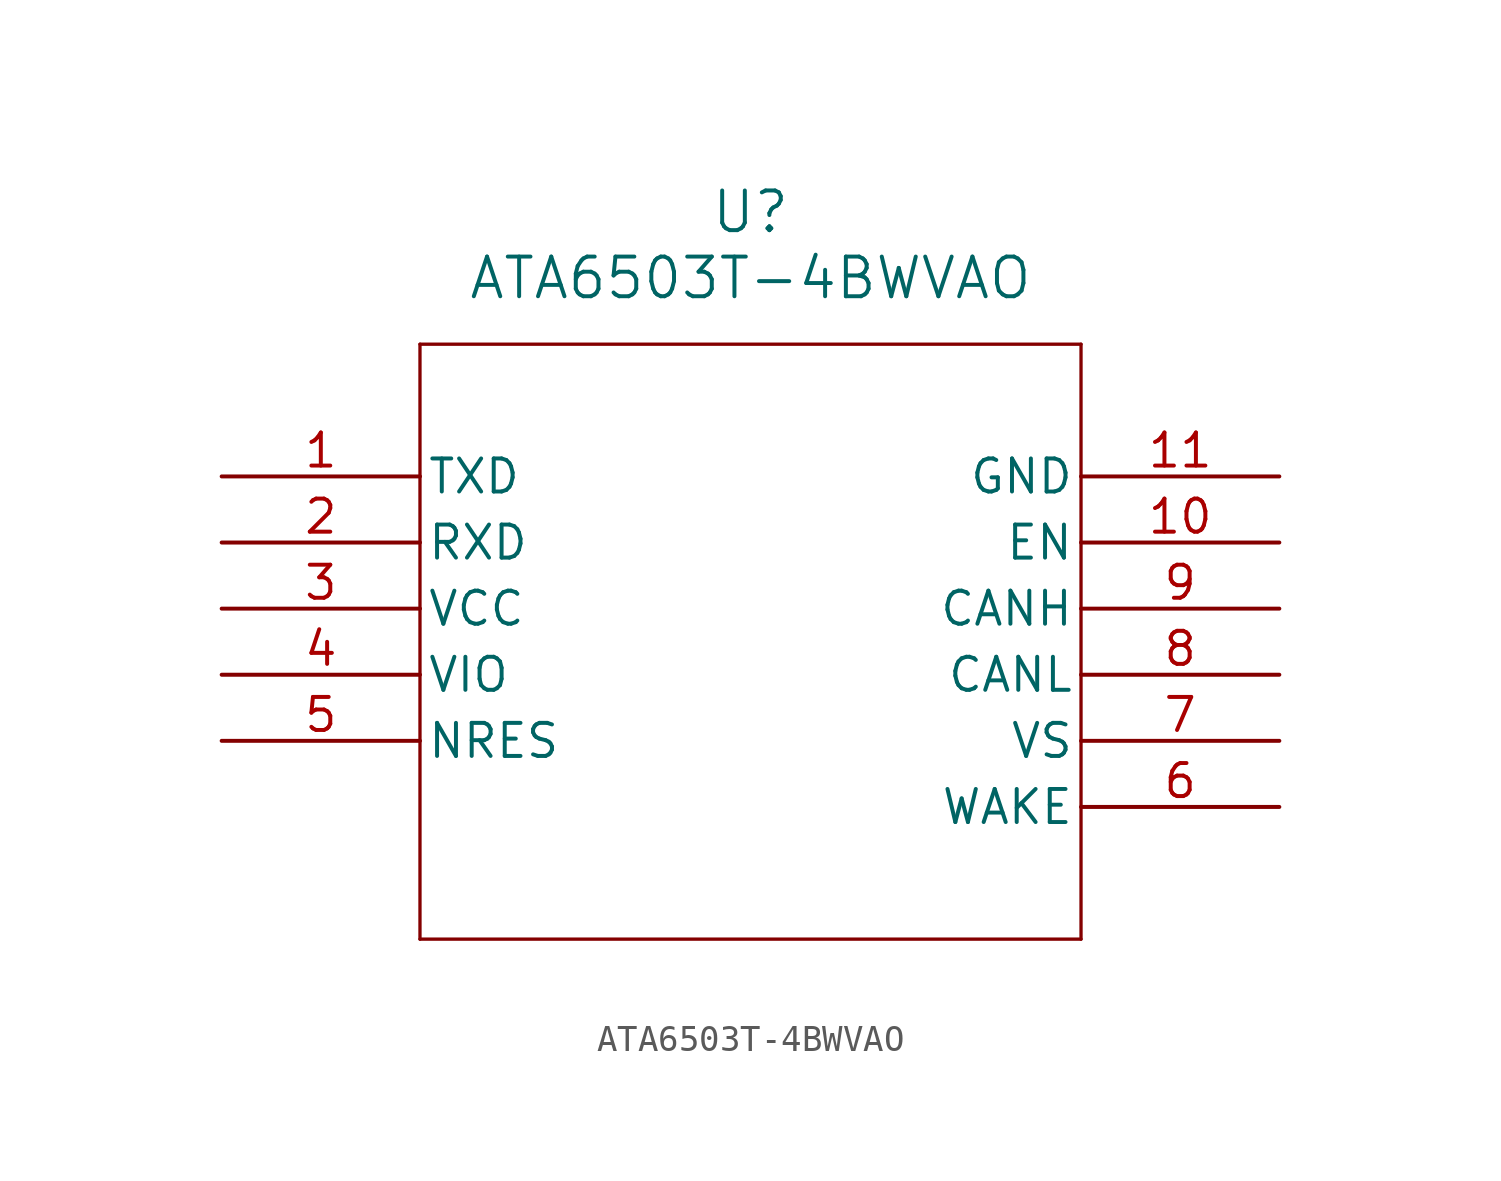
<source format=kicad_sym>
(kicad_symbol_lib
  (version 20211014)
  (generator kicad_symbol_editor)
  (symbol "ATA6503T-4BWVAO"
    (pin_names
      (offset 0.254))
    (property "Reference" "U"
      (at 20.32 10.16 0)
      (effects (font (size 1.524 1.524))))
    (property "Value" "ATA6503T-4BWVAO"
      (at 20.32 7.62 0)
      (effects (font (size 1.524 1.524))))
    (symbol "ATA6503T-4BWVAO_0_1"
      (polyline (pts (xy 7.62 5.08) (xy 7.62 -17.78)) (stroke (width 0.127) (type default) (color 0 0 0 0)) (fill (type none)))
      (polyline (pts (xy 7.62 -17.78) (xy 33.02 -17.78)) (stroke (width 0.127) (type default) (color 0 0 0 0)) (fill (type none)))
      (polyline (pts (xy 33.02 -17.78) (xy 33.02 5.08)) (stroke (width 0.127) (type default) (color 0 0 0 0)) (fill (type none)))
      (polyline (pts (xy 33.02 5.08) (xy 7.62 5.08)) (stroke (width 0.127) (type default) (color 0 0 0 0)) (fill (type none)))
      (pin input line (at 0 0 0) (length 7.62) (name "TXD" (effects (font (size 1.27 1.27)))) (number "1" (effects (font (size 1.27 1.27)))))
      (pin output line (at 0 -2.54 0) (length 7.62) (name "RXD" (effects (font (size 1.27 1.27)))) (number "2" (effects (font (size 1.27 1.27)))))
      (pin power_in line (at 0 -5.08 0) (length 7.62) (name "VCC" (effects (font (size 1.27 1.27)))) (number "3" (effects (font (size 1.27 1.27)))))
      (pin power_in line (at 0 -7.62 0) (length 7.62) (name "VIO" (effects (font (size 1.27 1.27)))) (number "4" (effects (font (size 1.27 1.27)))))
      (pin output line (at 0 -10.16 0) (length 7.62) (name "NRES" (effects (font (size 1.27 1.27)))) (number "5" (effects (font (size 1.27 1.27)))))
      (pin input line (at 40.64 -12.7 180) (length 7.62) (name "WAKE" (effects (font (size 1.27 1.27)))) (number "6" (effects (font (size 1.27 1.27)))))
      (pin power_in line (at 40.64 -10.16 180) (length 7.62) (name "VS" (effects (font (size 1.27 1.27)))) (number "7" (effects (font (size 1.27 1.27)))))
      (pin bidirectional line (at 40.64 -7.62 180) (length 7.62) (name "CANL" (effects (font (size 1.27 1.27)))) (number "8" (effects (font (size 1.27 1.27)))))
      (pin bidirectional line (at 40.64 -5.08 180) (length 7.62) (name "CANH" (effects (font (size 1.27 1.27)))) (number "9" (effects (font (size 1.27 1.27)))))
      (pin input line (at 40.64 -2.54 180) (length 7.62) (name "EN" (effects (font (size 1.27 1.27)))) (number "10" (effects (font (size 1.27 1.27)))))
      (pin power_out line (at 40.64 0 180) (length 7.62) (name "GND" (effects (font (size 1.27 1.27)))) (number "11" (effects (font (size 1.27 1.27))))))))
</source>
